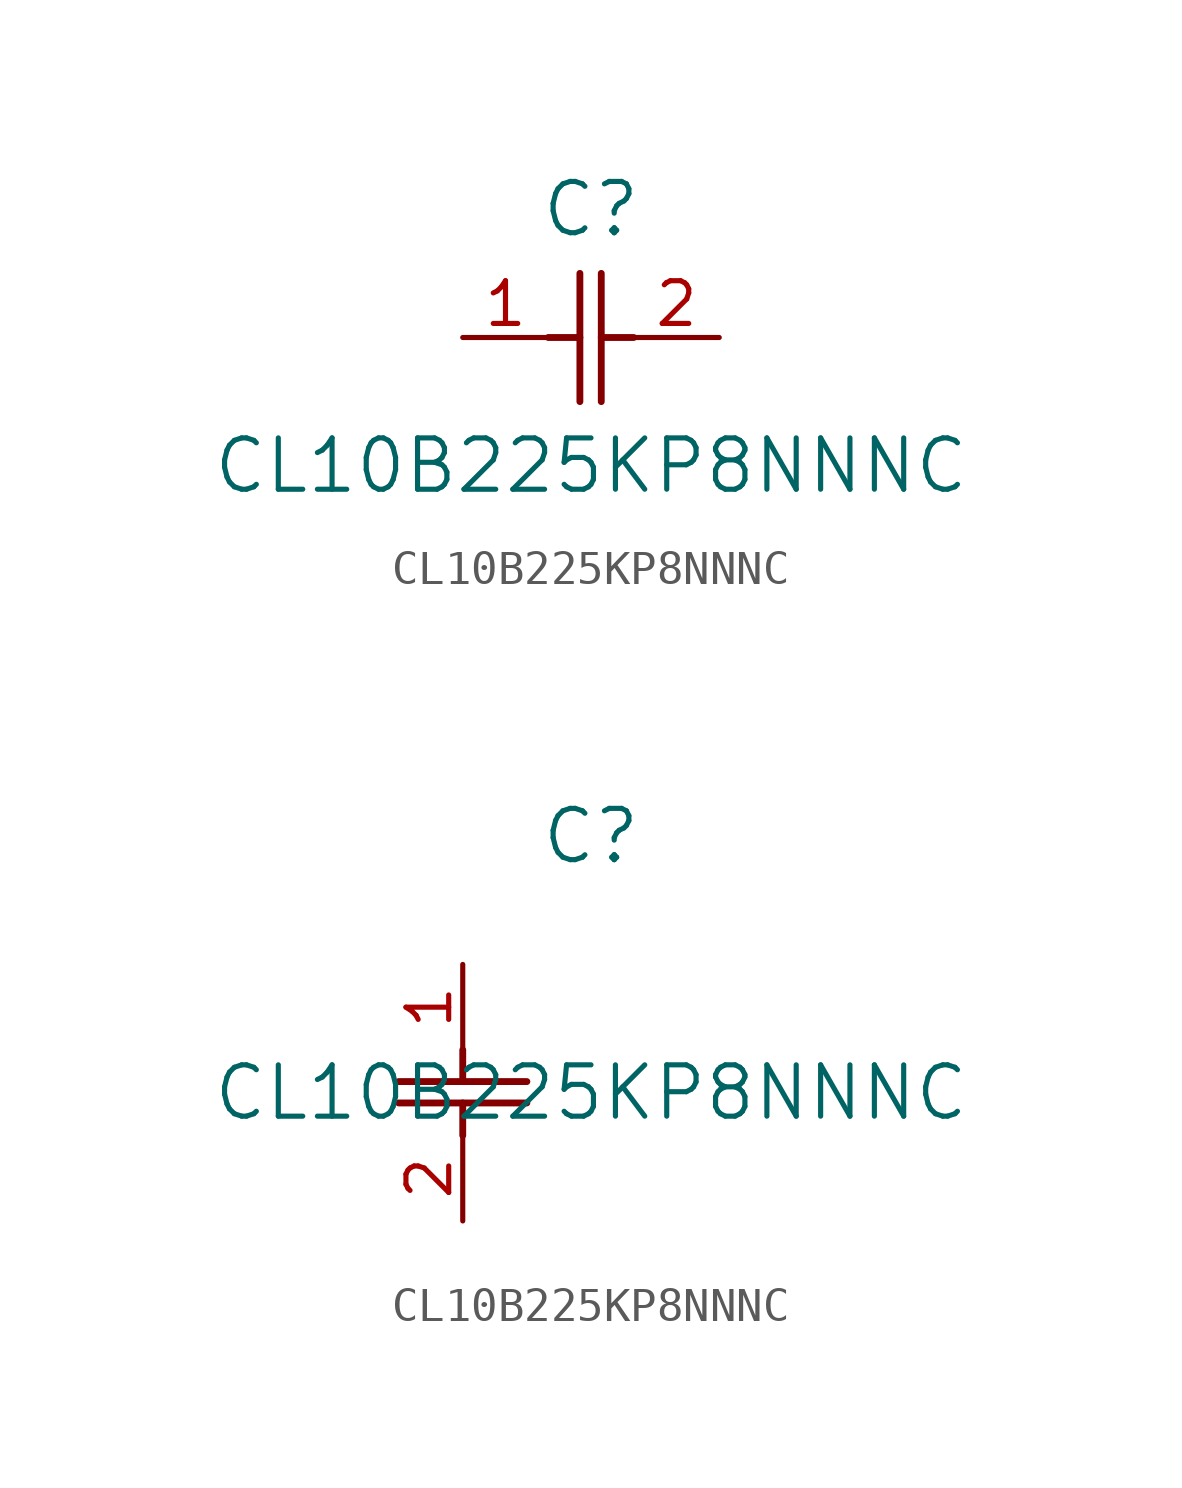
<source format=kicad_sym>
(kicad_symbol_lib
  (version 20211014)
  (generator kicad_symbol_editor)
  (symbol "CL10B225KP8NNNC"
    (pin_names
      (offset 0.254))
    (property "Reference" "C"
      (at 3.81 3.81 0)
      (effects (font (size 1.524 1.524))))
    (property "Value" "CL10B225KP8NNNC"
      (at 3.81 -3.81 0)
      (effects (font (size 1.524 1.524))))
    (symbol "CL10B225KP8NNNC_1_1"
      (polyline (pts (xy 3.48 -1.905) (xy 3.48 1.905)) (stroke (width 0.203) (type default) (color 0 0 0 0)) (fill (type none)))
      (polyline (pts (xy 4.115 -1.905) (xy 4.115 1.905)) (stroke (width 0.203) (type default) (color 0 0 0 0)) (fill (type none)))
      (polyline (pts (xy 4.115 0) (xy 5.08 0)) (stroke (width 0.203) (type default) (color 0 0 0 0)) (fill (type none)))
      (polyline (pts (xy 2.54 0) (xy 3.48 0)) (stroke (width 0.203) (type default) (color 0 0 0 0)) (fill (type none)))
      (pin unspecified line (at 0 0 0) (length 2.54) (name "" (effects (font (size 1.27 1.27)))) (number "1" (effects (font (size 1.27 1.27)))))
      (pin unspecified line (at 7.62 0 180) (length 2.54) (name "" (effects (font (size 1.27 1.27)))) (number "2" (effects (font (size 1.27 1.27))))))
    (symbol "CL10B225KP8NNNC_1_2"
      (polyline (pts (xy -1.905 -3.48) (xy 1.905 -3.48)) (stroke (width 0.203) (type default) (color 0 0 0 0)) (fill (type none)))
      (polyline (pts (xy -1.905 -4.115) (xy 1.905 -4.115)) (stroke (width 0.203) (type default) (color 0 0 0 0)) (fill (type none)))
      (polyline (pts (xy 0 -4.115) (xy 0 -5.08)) (stroke (width 0.203) (type default) (color 0 0 0 0)) (fill (type none)))
      (polyline (pts (xy 0 -2.54) (xy 0 -3.48)) (stroke (width 0.203) (type default) (color 0 0 0 0)) (fill (type none)))
      (pin unspecified line (at 0 0 270) (length 2.54) (name "" (effects (font (size 1.27 1.27)))) (number "1" (effects (font (size 1.27 1.27)))))
      (pin unspecified line (at 0 -7.62 90) (length 2.54) (name "" (effects (font (size 1.27 1.27)))) (number "2" (effects (font (size 1.27 1.27))))))))
</source>
